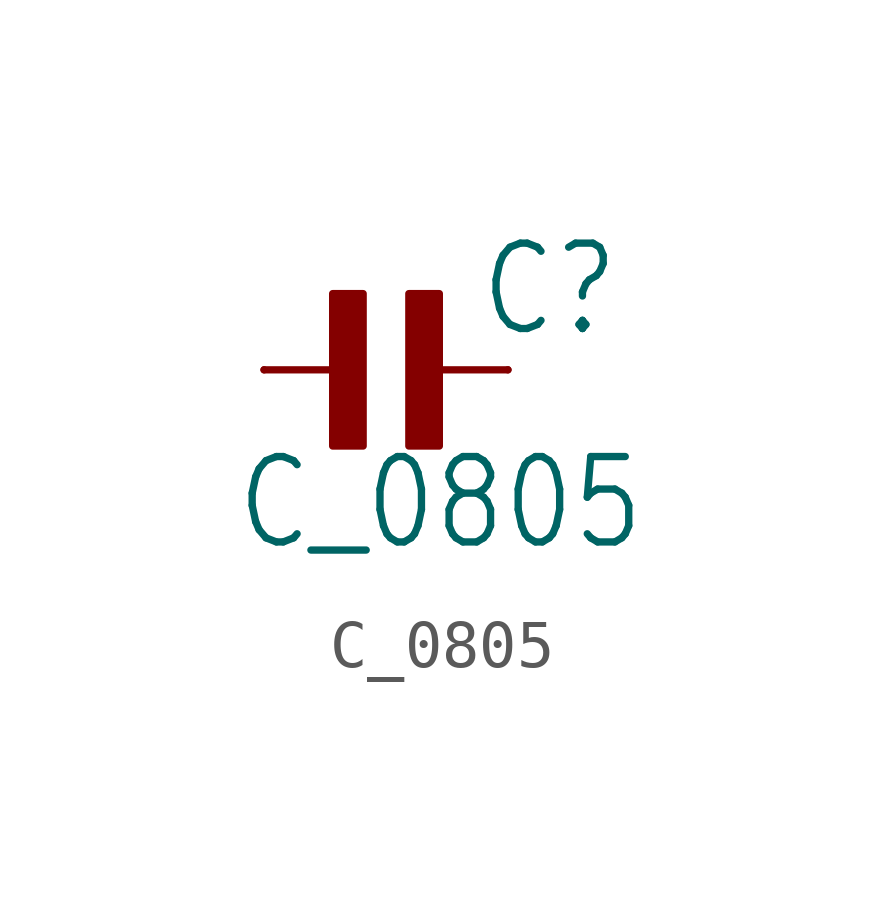
<source format=kicad_sym>
(kicad_symbol_lib
  (version 20211014)
  (generator kicad_symbol_editor)
  (symbol "C_0805"
    (property "Reference" "C"
      (at 1.905 0.635 0)
      (effects (font (size 1.778 1.511)) (justify left bottom)))
    (property "Value" "C_0805"
      (at -3.175 -3.81 0)
      (effects (font (size 1.778 1.511)) (justify left bottom)))
    (property "ki_locked" ""
      (at 0 0 0)
      (effects (font (size 1.27 1.27))))
    (symbol "C_0805_1_0"
      (rectangle (start -1.111 -1.587) (end -0.476 1.587) (stroke (width 0) (type default) (color 0 0 0 0)) (fill (type outline)))
      (polyline (pts (xy -2.54 0) (xy -0.635 0)) (stroke (width 0.152) (type default) (color 0 0 0 0)) (fill (type none)))
      (polyline (pts (xy 2.54 0) (xy 0.635 0)) (stroke (width 0.152) (type default) (color 0 0 0 0)) (fill (type none)))
      (rectangle (start 0.476 -1.587) (end 1.111 1.587) (stroke (width 0) (type default) (color 0 0 0 0)) (fill (type outline)))
      (pin passive line (at -2.54 0 0) (length 0) (name "1" (effects (font (size 0 0)))) (number "1" (effects (font (size 0 0)))))
      (pin passive line (at 2.54 0 180) (length 0) (name "2" (effects (font (size 0 0)))) (number "2" (effects (font (size 0 0))))))))
</source>
